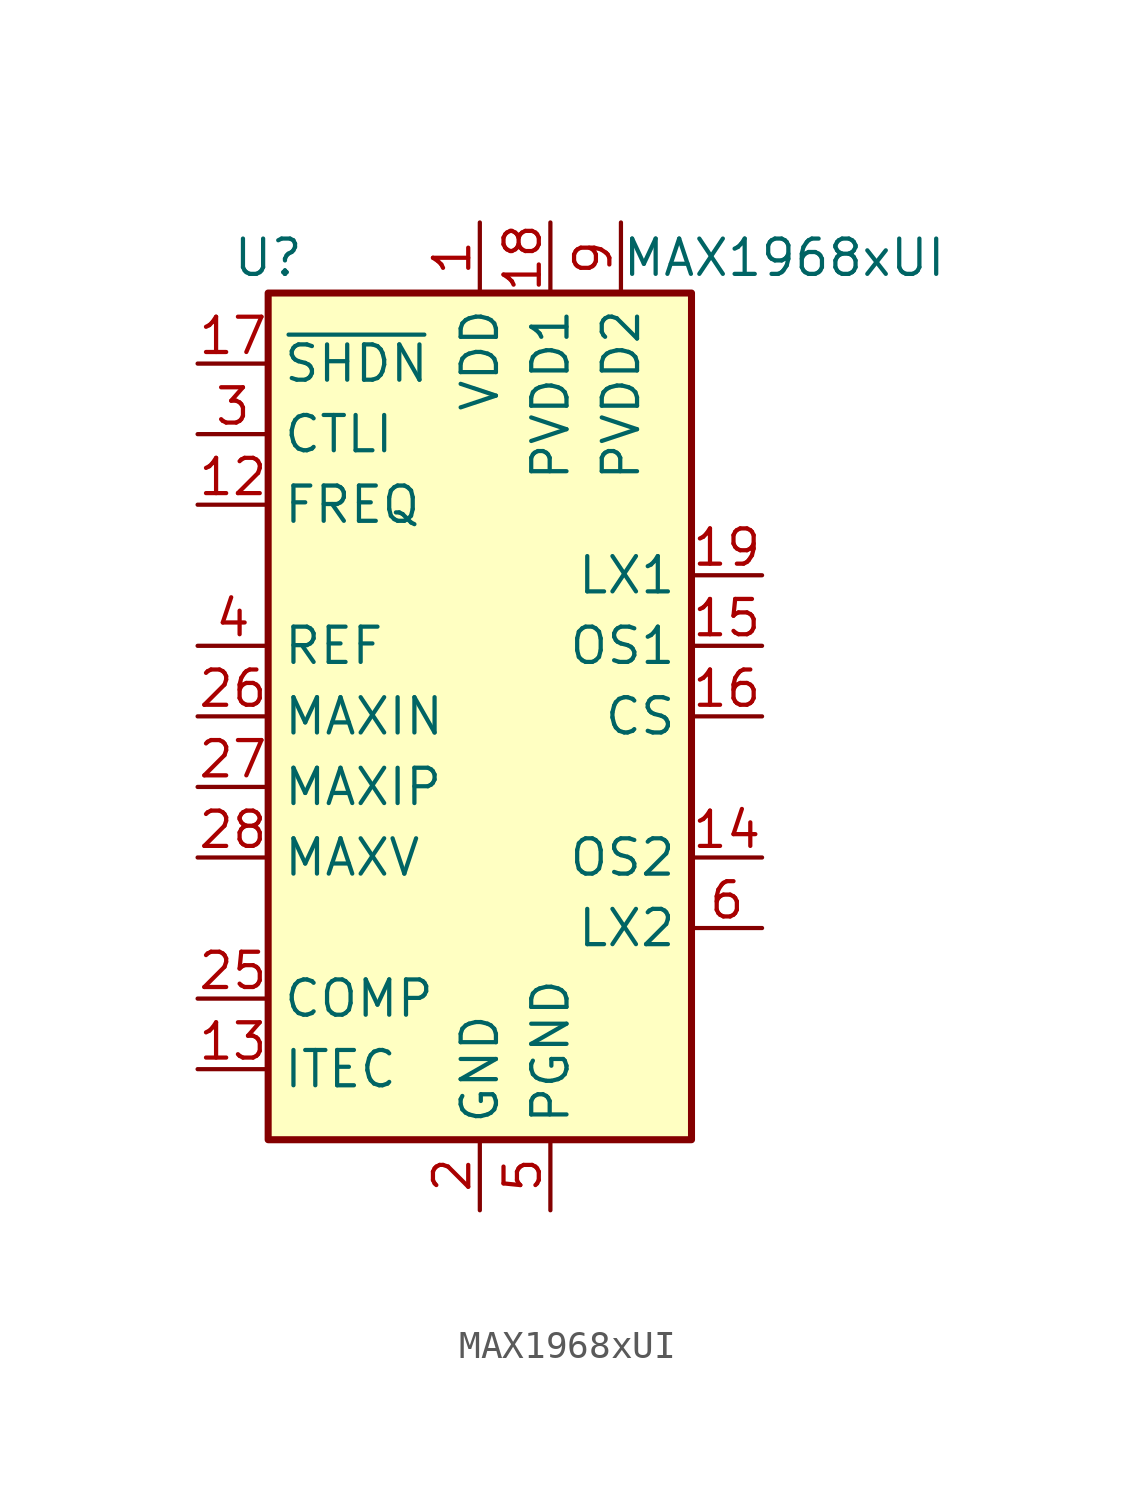
<source format=kicad_sym>
(kicad_symbol_lib
  (version 20211014)
  (generator kicad_symbol_editor)
  (symbol "MAX1968xUI"
    (property "Reference" "U"
      (at -7.62 16.51 0)
      (effects (font (size 1.27 1.27))))
    (property "Value" "MAX1968xUI"
      (at 5.08 16.51 0)
      (effects (font (size 1.27 1.27)) (justify left)))
    (symbol "MAX1968xUI_0_1"
      (rectangle (start -7.62 15.24) (end 7.62 -15.24) (stroke (width 0.254) (type default) (color 0 0 0 0)) (fill (type background))))
    (symbol "MAX1968xUI_1_1"
      (pin power_in line (at 0 17.78 270) (length 2.54) (name "VDD" (effects (font (size 1.27 1.27)))) (number "1" (effects (font (size 1.27 1.27)))))
      (pin passive line (at 10.16 -7.62 180) (length 2.54) hide (name "LX2" (effects (font (size 1.27 1.27)))) (number "10" (effects (font (size 1.27 1.27)))))
      (pin passive line (at 5.08 17.78 270) (length 2.54) hide (name "PVDD2" (effects (font (size 1.27 1.27)))) (number "11" (effects (font (size 1.27 1.27)))))
      (pin input line (at -10.16 7.62 0) (length 2.54) (name "FREQ" (effects (font (size 1.27 1.27)))) (number "12" (effects (font (size 1.27 1.27)))))
      (pin output line (at -10.16 -12.7 0) (length 2.54) (name "ITEC" (effects (font (size 1.27 1.27)))) (number "13" (effects (font (size 1.27 1.27)))))
      (pin input line (at 10.16 -5.08 180) (length 2.54) (name "OS2" (effects (font (size 1.27 1.27)))) (number "14" (effects (font (size 1.27 1.27)))))
      (pin input line (at 10.16 2.54 180) (length 2.54) (name "OS1" (effects (font (size 1.27 1.27)))) (number "15" (effects (font (size 1.27 1.27)))))
      (pin input line (at 10.16 0 180) (length 2.54) (name "CS" (effects (font (size 1.27 1.27)))) (number "16" (effects (font (size 1.27 1.27)))))
      (pin input line (at -10.16 12.7 0) (length 2.54) (name "~{SHDN}" (effects (font (size 1.27 1.27)))) (number "17" (effects (font (size 1.27 1.27)))))
      (pin power_in line (at 2.54 17.78 270) (length 2.54) (name "PVDD1" (effects (font (size 1.27 1.27)))) (number "18" (effects (font (size 1.27 1.27)))))
      (pin power_out line (at 10.16 5.08 180) (length 2.54) (name "LX1" (effects (font (size 1.27 1.27)))) (number "19" (effects (font (size 1.27 1.27)))))
      (pin power_in line (at 0 -17.78 90) (length 2.54) (name "GND" (effects (font (size 1.27 1.27)))) (number "2" (effects (font (size 1.27 1.27)))))
      (pin passive line (at 2.54 17.78 270) (length 2.54) hide (name "PVDD1" (effects (font (size 1.27 1.27)))) (number "20" (effects (font (size 1.27 1.27)))))
      (pin passive line (at 10.16 5.08 180) (length 2.54) hide (name "LX1" (effects (font (size 1.27 1.27)))) (number "21" (effects (font (size 1.27 1.27)))))
      (pin passive line (at 2.54 -17.78 90) (length 2.54) hide (name "PGND" (effects (font (size 1.27 1.27)))) (number "22" (effects (font (size 1.27 1.27)))))
      (pin passive line (at 10.16 5.08 180) (length 2.54) hide (name "LX1" (effects (font (size 1.27 1.27)))) (number "23" (effects (font (size 1.27 1.27)))))
      (pin passive line (at 2.54 -17.78 90) (length 2.54) hide (name "PGND" (effects (font (size 1.27 1.27)))) (number "24" (effects (font (size 1.27 1.27)))))
      (pin passive line (at -10.16 -10.16 0) (length 2.54) (name "COMP" (effects (font (size 1.27 1.27)))) (number "25" (effects (font (size 1.27 1.27)))))
      (pin input line (at -10.16 0 0) (length 2.54) (name "MAXIN" (effects (font (size 1.27 1.27)))) (number "26" (effects (font (size 1.27 1.27)))))
      (pin input line (at -10.16 -2.54 0) (length 2.54) (name "MAXIP" (effects (font (size 1.27 1.27)))) (number "27" (effects (font (size 1.27 1.27)))))
      (pin input line (at -10.16 -5.08 0) (length 2.54) (name "MAXV" (effects (font (size 1.27 1.27)))) (number "28" (effects (font (size 1.27 1.27)))))
      (pin passive line (at 0 -17.78 90) (length 2.54) hide (name "GND" (effects (font (size 1.27 1.27)))) (number "29" (effects (font (size 1.27 1.27)))))
      (pin input line (at -10.16 10.16 0) (length 2.54) (name "CTLI" (effects (font (size 1.27 1.27)))) (number "3" (effects (font (size 1.27 1.27)))))
      (pin output line (at -10.16 2.54 0) (length 2.54) (name "REF" (effects (font (size 1.27 1.27)))) (number "4" (effects (font (size 1.27 1.27)))))
      (pin power_in line (at 2.54 -17.78 90) (length 2.54) (name "PGND" (effects (font (size 1.27 1.27)))) (number "5" (effects (font (size 1.27 1.27)))))
      (pin power_out line (at 10.16 -7.62 180) (length 2.54) (name "LX2" (effects (font (size 1.27 1.27)))) (number "6" (effects (font (size 1.27 1.27)))))
      (pin passive line (at 2.54 -17.78 90) (length 2.54) hide (name "PGND" (effects (font (size 1.27 1.27)))) (number "7" (effects (font (size 1.27 1.27)))))
      (pin passive line (at 10.16 -7.62 180) (length 2.54) hide (name "LX2" (effects (font (size 1.27 1.27)))) (number "8" (effects (font (size 1.27 1.27)))))
      (pin power_in line (at 5.08 17.78 270) (length 2.54) (name "PVDD2" (effects (font (size 1.27 1.27)))) (number "9" (effects (font (size 1.27 1.27))))))))
</source>
